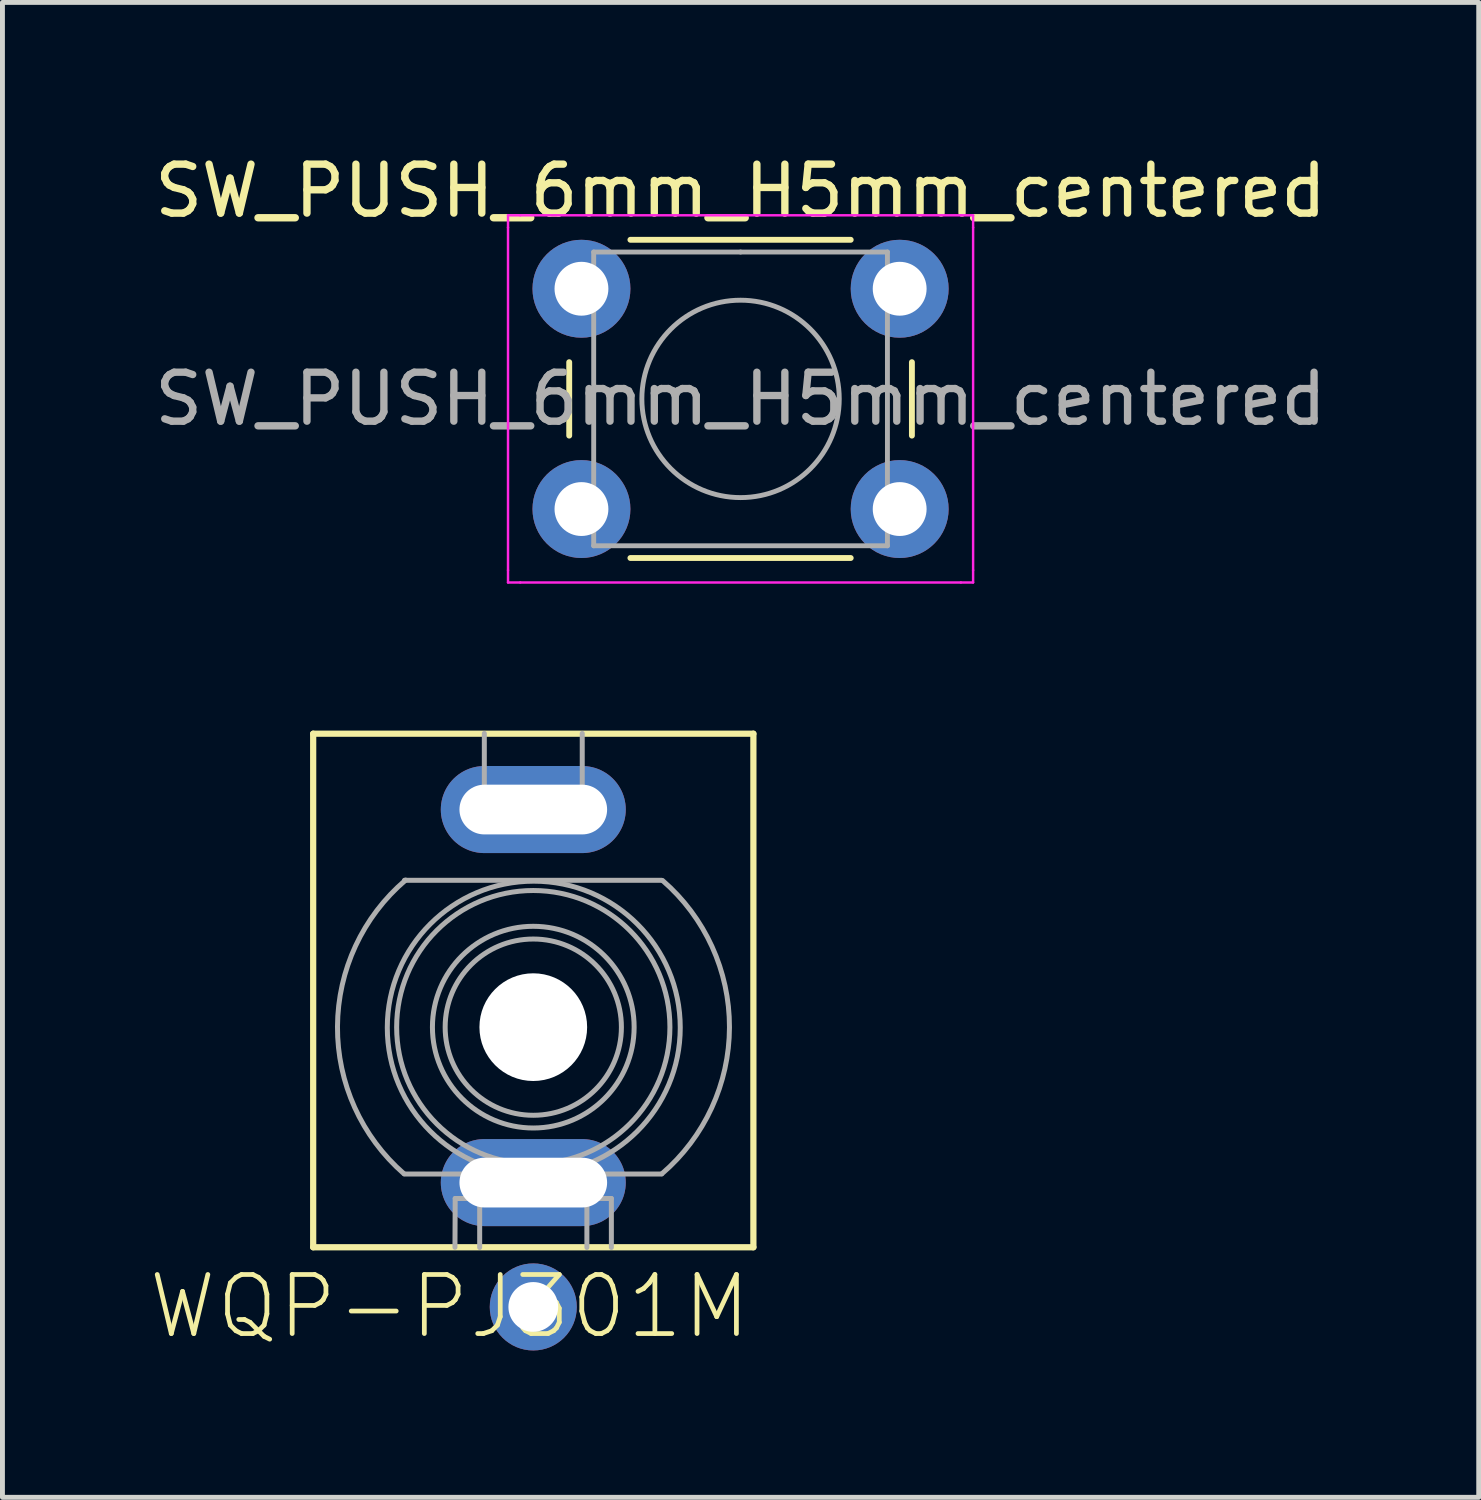
<source format=kicad_pcb>
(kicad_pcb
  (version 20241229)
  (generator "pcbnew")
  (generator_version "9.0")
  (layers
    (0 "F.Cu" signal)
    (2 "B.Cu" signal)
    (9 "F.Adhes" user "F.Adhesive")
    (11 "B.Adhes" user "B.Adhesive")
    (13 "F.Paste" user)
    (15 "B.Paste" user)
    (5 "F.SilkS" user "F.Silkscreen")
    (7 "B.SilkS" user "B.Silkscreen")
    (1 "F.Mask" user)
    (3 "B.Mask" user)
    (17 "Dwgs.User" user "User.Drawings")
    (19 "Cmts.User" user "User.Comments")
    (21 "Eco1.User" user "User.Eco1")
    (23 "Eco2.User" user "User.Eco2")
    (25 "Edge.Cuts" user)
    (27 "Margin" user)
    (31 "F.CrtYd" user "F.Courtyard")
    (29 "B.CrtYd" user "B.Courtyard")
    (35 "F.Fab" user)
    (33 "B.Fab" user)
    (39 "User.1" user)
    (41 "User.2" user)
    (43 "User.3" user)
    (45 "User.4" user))
  (footprint "WQP-PJ301M"
    (layer "F.Cu")
    (at 7.843 17.931)
    (property "Reference" "WQP-PJ301M" (at 4.5 5 0) (layer "F.SilkS") (effects (font (size 1.206 1.206) (thickness 0.097)) (justify right top)))
    (attr through_hole)
    (fp_line (start -4.496 -5.994) (end 4.496 -5.994) (stroke (width 0.127) (type solid)) (layer "F.SilkS"))
    (fp_line (start -4.496 4.496) (end -4.496 -5.994) (stroke (width 0.127) (type solid)) (layer "F.SilkS"))
    (fp_line (start 4.496 -5.994) (end 4.496 4.496) (stroke (width 0.127) (type solid)) (layer "F.SilkS"))
    (fp_line (start 4.496 4.496) (end -4.496 4.496) (stroke (width 0.127) (type solid)) (layer "F.SilkS"))
    (fp_line (start -2.631 -3) (end 2.62 -3) (stroke (width 0.102) (type solid)) (layer "F.Fab"))
    (fp_line (start -2.631 3) (end 2.62 3) (stroke (width 0.102) (type solid)) (layer "F.Fab"))
    (fp_line (start -1.6 4.496) (end -1.595 3.5) (stroke (width 0.102) (type solid)) (layer "F.Fab"))
    (fp_line (start -1.595 3.5) (end -1.095 3.5) (stroke (width 0.102) (type solid)) (layer "F.Fab"))
    (fp_line (start -1.095 3.5) (end -1.095 4.5) (stroke (width 0.102) (type solid)) (layer "F.Fab"))
    (fp_line (start -1.095 3.5) (end -1 3.5) (stroke (width 0.102) (type solid)) (layer "F.Fab"))
    (fp_line (start -1 -4.5) (end -1 -6) (stroke (width 0.102) (type solid)) (layer "F.Fab"))
    (fp_line (start -1 0) (end 1 0) (stroke (width 0.102) (type solid)) (layer "F.Fab"))
    (fp_line (start -1 3.5) (end -1 3) (stroke (width 0.102) (type solid)) (layer "F.Fab"))
    (fp_line (start 0 -1) (end 0 1) (stroke (width 0.102) (type solid)) (layer "F.Fab"))
    (fp_line (start 1 -6) (end 1 -4.5) (stroke (width 0.102) (type solid)) (layer "F.Fab"))
    (fp_line (start 1 -4.5) (end -1 -4.5) (stroke (width 0.102) (type solid)) (layer "F.Fab"))
    (fp_line (start 1 3) (end 1 3.5) (stroke (width 0.102) (type solid)) (layer "F.Fab"))
    (fp_line (start 1 3.5) (end 1.095 3.5) (stroke (width 0.102) (type solid)) (layer "F.Fab"))
    (fp_line (start 1.095 3.5) (end 1.095 4.5) (stroke (width 0.102) (type solid)) (layer "F.Fab"))
    (fp_line (start 1.095 3.5) (end 1.595 3.5) (stroke (width 0.102) (type solid)) (layer "F.Fab"))
    (fp_line (start 1.595 3.5) (end 1.595 4.5) (stroke (width 0.102) (type solid)) (layer "F.Fab"))
    (fp_arc (start -2.641998 2.994) (mid -3.999529 -0.012791) (end -2.608 -3.004) (stroke (width 0.1016) (type solid)) (layer "F.Fab"))
    (fp_arc (start 2.642 -2.994) (mid 4.007235 0.003208) (end 2.628 2.994) (stroke (width 0.1016) (type solid)) (layer "F.Fab"))
    (fp_circle (center 0 0) (end 1.8 0) (stroke (width 0.102) (type solid)) (fill no) (layer "F.Fab"))
    (fp_circle (center 0 0) (end 2.06 0) (stroke (width 0.102) (type solid)) (fill no) (layer "F.Fab"))
    (fp_circle (center 0 0) (end 2.791 0) (stroke (width 0.102) (type solid)) (fill no) (layer "F.Fab"))
    (fp_circle (center 0.01 0.01) (end 3.002 0.01) (stroke (width 0.102) (type solid)) (fill no) (layer "F.Fab"))
    (pad "" np_thru_hole circle (at 0 0) (size 2.2 2.2) (drill 2.2) (layers "*.Cu" "*.Mask"))
    (pad "P1" thru_hole circle (at 0 5.715) (size 1.778 1.778) (drill 1.016) (layers "*.Cu" "*.Mask"))
    (pad "P2" thru_hole oval (at 0 3.175) (size 3.778 1.778) (drill oval 3.016 1.016) (layers "*.Cu" "*.Mask"))
    (pad "P3" thru_hole oval (at 0 -4.445) (size 3.778 1.778) (drill oval 3.016 1.016) (layers "*.Cu" "*.Mask")))
  (footprint "SW_PUSH_6mm_H5mm_centered"
    (layer "F.Cu")
    (at 12.079 5.104)
    (property "Reference" "SW_PUSH_6mm_H5mm_centered" (at -0.002 -4.256 0) (layer "F.SilkS") (effects (font (size 1 1) (thickness 0.15))))
    (attr through_hole)
    (fp_line (start -3.502 -0.756) (end -3.502 0.744) (stroke (width 0.12) (type solid)) (layer "F.SilkS"))
    (fp_line (start -2.252 3.244) (end 2.248 3.244) (stroke (width 0.12) (type solid)) (layer "F.SilkS"))
    (fp_line (start 2.248 -3.256) (end -2.252 -3.256) (stroke (width 0.12) (type solid)) (layer "F.SilkS"))
    (fp_line (start 3.498 0.744) (end 3.498 -0.756) (stroke (width 0.12) (type solid)) (layer "F.SilkS"))
    (fp_line (start -4.752 -3.756) (end -4.502 -3.756) (stroke (width 0.05) (type solid)) (layer "F.CrtYd"))
    (fp_line (start -4.752 -3.506) (end -4.752 -3.756) (stroke (width 0.05) (type solid)) (layer "F.CrtYd"))
    (fp_line (start -4.752 3.494) (end -4.752 -3.506) (stroke (width 0.05) (type solid)) (layer "F.CrtYd"))
    (fp_line (start -4.752 3.494) (end -4.752 3.744) (stroke (width 0.05) (type solid)) (layer "F.CrtYd"))
    (fp_line (start -4.752 3.744) (end -4.502 3.744) (stroke (width 0.05) (type solid)) (layer "F.CrtYd"))
    (fp_line (start -4.502 -3.756) (end 4.498 -3.756) (stroke (width 0.05) (type solid)) (layer "F.CrtYd"))
    (fp_line (start 4.498 -3.756) (end 4.748 -3.756) (stroke (width 0.05) (type solid)) (layer "F.CrtYd"))
    (fp_line (start 4.498 3.744) (end -4.502 3.744) (stroke (width 0.05) (type solid)) (layer "F.CrtYd"))
    (fp_line (start 4.498 3.744) (end 4.748 3.744) (stroke (width 0.05) (type solid)) (layer "F.CrtYd"))
    (fp_line (start 4.748 -3.756) (end 4.748 -3.506) (stroke (width 0.05) (type solid)) (layer "F.CrtYd"))
    (fp_line (start 4.748 -3.506) (end 4.748 3.494) (stroke (width 0.05) (type solid)) (layer "F.CrtYd"))
    (fp_line (start 4.748 3.744) (end 4.748 3.494) (stroke (width 0.05) (type solid)) (layer "F.CrtYd"))
    (fp_line (start -3.002 -3.006) (end -0.002 -3.006) (stroke (width 0.1) (type solid)) (layer "F.Fab"))
    (fp_line (start -3.002 2.994) (end -3.002 -3.006) (stroke (width 0.1) (type solid)) (layer "F.Fab"))
    (fp_line (start -0.002 -3.006) (end 2.998 -3.006) (stroke (width 0.1) (type solid)) (layer "F.Fab"))
    (fp_line (start 2.998 -3.006) (end 2.998 2.994) (stroke (width 0.1) (type solid)) (layer "F.Fab"))
    (fp_line (start 2.998 2.994) (end -3.002 2.994) (stroke (width 0.1) (type solid)) (layer "F.Fab"))
    (fp_circle (center -0.002 -0.006) (end 2.014 -0.006) (stroke (width 0.1) (type solid)) (fill no) (layer "F.Fab"))
    (fp_text user "${REFERENCE}" (at -0.002 -0.006 0) (layer "F.Fab") (effects (font (size 1 1) (thickness 0.15))))
    (pad "1" thru_hole circle (at -3.252 -2.256 90) (size 2 2) (drill 1.1) (layers "*.Cu" "*.Mask"))
    (pad "1" thru_hole circle (at 3.248 -2.256 90) (size 2 2) (drill 1.1) (layers "*.Cu" "*.Mask"))
    (pad "2" thru_hole circle (at -3.252 2.244 90) (size 2 2) (drill 1.1) (layers "*.Cu" "*.Mask"))
    (pad "2" thru_hole circle (at 3.248 2.244 90) (size 2 2) (drill 1.1) (layers "*.Cu" "*.Mask")))
  (gr_rect
    (start -3 -3)
    (end 27.155 27.535)
    (stroke (width 0.1) (type default))
    (fill no)
    (layer "Edge.Cuts")))
</source>
